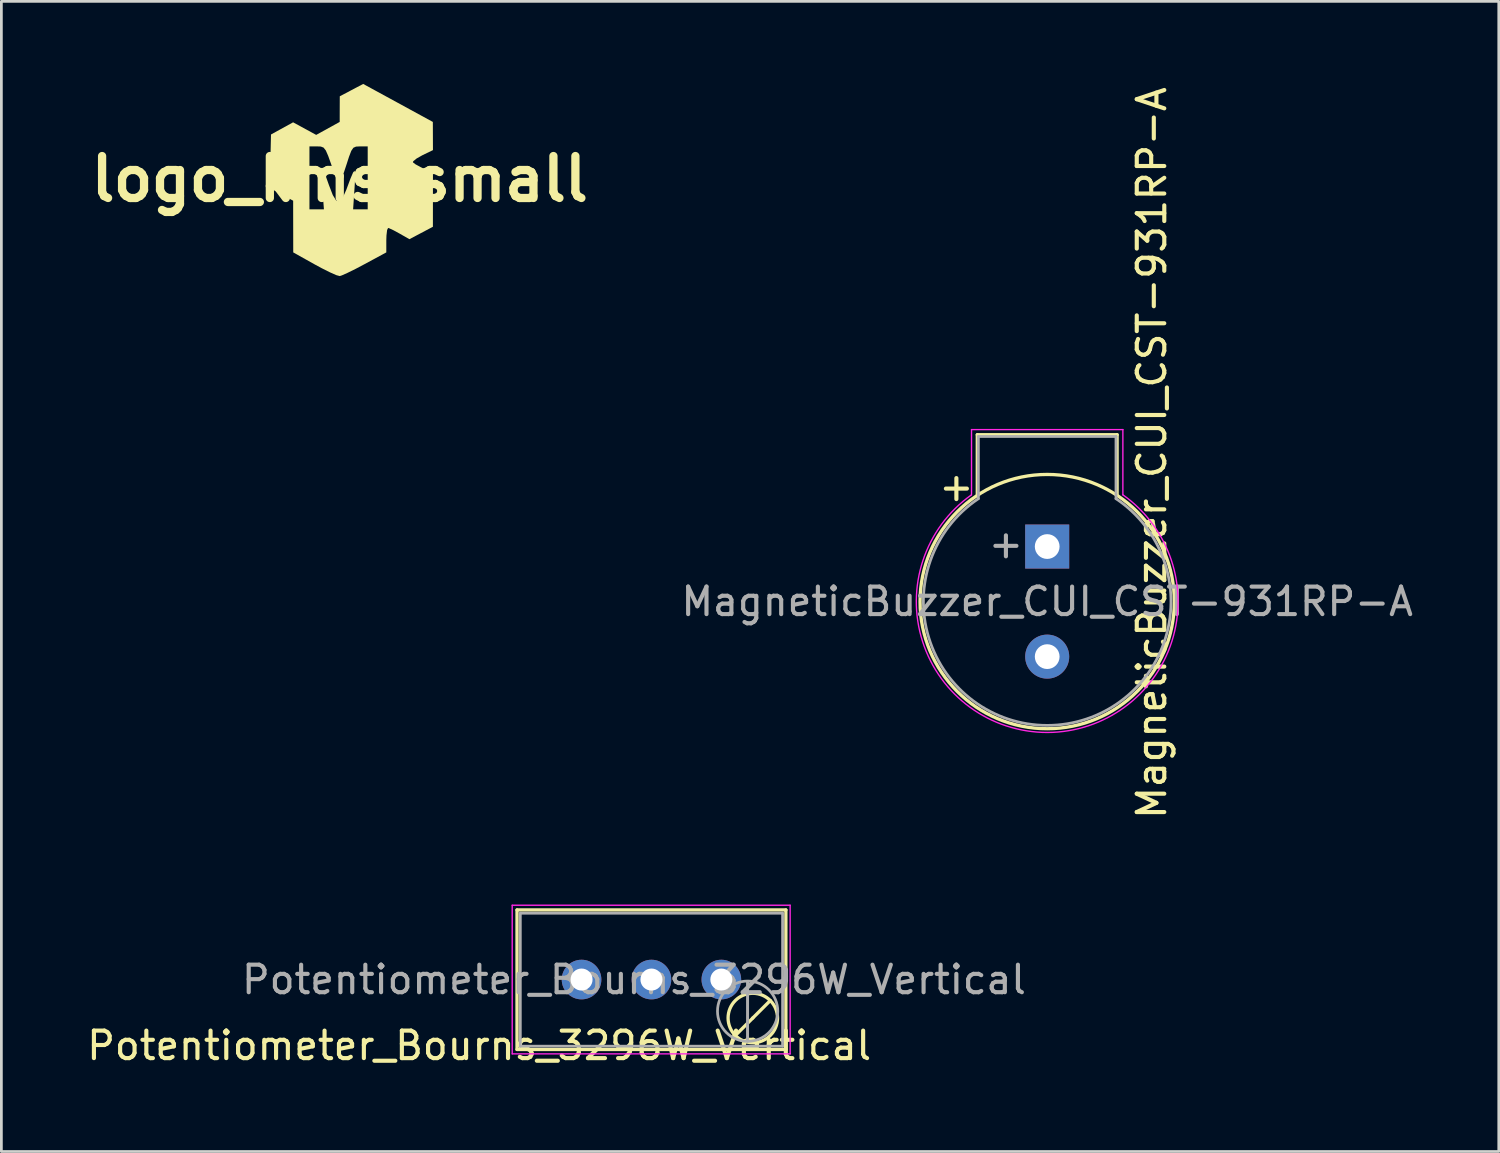
<source format=kicad_pcb>
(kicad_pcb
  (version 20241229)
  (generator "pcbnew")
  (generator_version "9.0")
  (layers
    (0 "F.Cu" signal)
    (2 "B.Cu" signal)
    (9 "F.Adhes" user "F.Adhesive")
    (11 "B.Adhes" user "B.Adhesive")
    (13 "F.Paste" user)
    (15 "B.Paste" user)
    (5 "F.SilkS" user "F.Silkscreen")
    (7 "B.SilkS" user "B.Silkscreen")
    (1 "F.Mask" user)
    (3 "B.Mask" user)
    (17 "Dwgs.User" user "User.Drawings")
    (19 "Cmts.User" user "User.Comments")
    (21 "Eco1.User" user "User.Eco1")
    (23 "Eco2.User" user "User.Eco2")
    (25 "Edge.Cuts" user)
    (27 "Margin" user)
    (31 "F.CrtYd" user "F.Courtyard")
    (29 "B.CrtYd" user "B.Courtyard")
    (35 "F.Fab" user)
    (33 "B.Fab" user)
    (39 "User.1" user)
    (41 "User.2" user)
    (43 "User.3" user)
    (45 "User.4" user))
  (footprint "MagneticBuzzer_CUI_CST-931RP-A"
    (layer "F.Cu")
    (at 35.004 16.811)
    (property "Reference" "MagneticBuzzer_CUI_CST-931RP-A" (at 3.8 -3.4 270) (layer "F.SilkS") (effects (font (size 1 1) (thickness 0.15))))
    (attr through_hole)
    (fp_line (start -2.54 -4.064) (end 2.54 -4.064) (stroke (width 0.12) (type solid)) (layer "F.SilkS"))
    (fp_line (start -2.54 -1.905) (end -2.54 -4.064) (stroke (width 0.12) (type solid)) (layer "F.SilkS"))
    (fp_line (start 2.54 -4.064) (end 2.54 -1.905) (stroke (width 0.12) (type solid)) (layer "F.SilkS"))
    (fp_circle (center 0 2) (end 4.62 2) (stroke (width 0.12) (type solid)) (fill no) (layer "F.SilkS"))
    (fp_line (start -2.75 -4.25) (end 2.75 -4.25) (stroke (width 0.05) (type solid)) (layer "F.CrtYd"))
    (fp_line (start -2.75 -1.88) (end -2.75 -4.25) (stroke (width 0.05) (type solid)) (layer "F.CrtYd"))
    (fp_line (start 2.75 -4.25) (end 2.75 -1.88) (stroke (width 0.05) (type solid)) (layer "F.CrtYd"))
    (fp_arc (start 2.75 -1.88) (mid 0.006009 6.755719) (end -2.759797 -1.873038) (stroke (width 0.05) (type solid)) (layer "F.CrtYd"))
    (fp_line (start -2.5 -4) (end -2.5 -1.74) (stroke (width 0.1) (type solid)) (layer "F.Fab"))
    (fp_line (start -2.5 -4) (end 2.5 -4) (stroke (width 0.1) (type solid)) (layer "F.Fab"))
    (fp_line (start 2.5 -4) (end 2.5 -1.74) (stroke (width 0.1) (type solid)) (layer "F.Fab"))
    (fp_arc (start 2.5 -1.74) (mid 0.003084 6.498621) (end -2.505126 -1.736568) (stroke (width 0.1) (type solid)) (layer "F.Fab"))
    (fp_text user "+" (at -3.3 -2.18 0) (layer "F.SilkS") (effects (font (size 1 1) (thickness 0.15))))
    (fp_text user "+" (at -1.5 -0.1 0) (layer "F.Fab") (effects (font (size 1 1) (thickness 0.15))))
    (fp_text user "${REFERENCE}" (at 0 2 0) (layer "F.Fab") (effects (font (size 1 1) (thickness 0.15))))
    (pad "1" thru_hole rect (at 0 0) (size 1.6 1.6) (drill 0.9) (layers "*.Cu" "*.Mask"))
    (pad "2" thru_hole circle (at 0 4) (size 1.6 1.6) (drill 0.9) (layers "*.Cu" "*.Mask")))
  (footprint "logo_kms_small"
    (layer "F.Cu")
    (at 9.296 3.455)
    (property "Reference" "logo_kms_small" (at 0 0 0) (layer "F.SilkS") (effects (font (size 1.524 1.524) (thickness 0.3))))
    (attr board_only exclude_from_pos_files exclude_from_bom)
    (fp_poly (pts (xy 2.117 -2.765) (xy 3.383 -2.074) (xy 3.385 -1.562) (xy 3.387 -1.05) (xy 3.001 -0.863) (xy 2.791 -0.744) (xy 2.67 -0.645) (xy 2.659 -0.606) (xy 2.756 -0.532) (xy 2.952 -0.426) (xy 3.044 -0.383) (xy 3.387 -0.228) (xy 3.386 0.754) (xy 3.385 1.736) (xy 2.959 1.961) (xy 2.532 2.187) (xy 2.176 1.984) (xy 1.956 1.864) (xy 1.797 1.79) (xy 1.757 1.779) (xy 1.721 1.855) (xy 1.698 2.051) (xy 1.692 2.223) (xy 1.692 2.667) (xy 0.909 3.09) (xy 0.572 3.268) (xy 0.282 3.411) (xy 0.075 3.503) (xy 0 3.527) (xy -0.123 3.494) (xy -0.356 3.391) (xy -0.661 3.238) (xy -0.909 3.104) (xy -1.69 2.667) (xy -1.693 1.101) (xy -1.101 1.101) (xy -0.575 1.101) (xy -0.635 0.318) (xy -0.656 -0.015) (xy -0.663 -0.267) (xy -0.655 -0.402) (xy -0.643 -0.415) (xy -0.592 -0.315) (xy -0.506 -0.099) (xy -0.404 0.189) (xy -0.393 0.22) (xy -0.253 0.583) (xy -0.13 0.782) (xy -0.013 0.816) (xy 0.105 0.689) (xy 0.234 0.402) (xy 0.248 0.365) (xy 0.39 -0.016) (xy 0.485 -0.238) (xy 0.539 -0.301) (xy 0.56 -0.206) (xy 0.555 0.044) (xy 0.538 0.318) (xy 0.486 1.101) (xy 1.016 1.101) (xy 1.016 -1.185) (xy 0.735 -1.185) (xy 0.592 -1.178) (xy 0.495 -1.135) (xy 0.418 -1.022) (xy 0.336 -0.806) (xy 0.252 -0.545) (xy 0.151 -0.24) (xy 0.062 -0.003) (xy 0.001 0.122) (xy -0.007 0.132) (xy -0.06 0.074) (xy -0.148 -0.109) (xy -0.257 -0.384) (xy -0.302 -0.509) (xy -0.419 -0.837) (xy -0.506 -1.037) (xy -0.588 -1.141) (xy -0.688 -1.18) (xy -0.819 -1.185) (xy -1.101 -1.185) (xy -1.101 1.101) (xy -1.693 1.101) (xy -1.693 0.789) (xy -2.119 0.557) (xy -2.545 0.325) (xy -2.521 -0.647) (xy -2.498 -1.618) (xy -1.695 -2.06) (xy -0.856 -1.603) (xy -0.002 -2.074) (xy -0.001 -2.54) (xy 0.001 -3.006) (xy 0.426 -3.23) (xy 0.851 -3.455)) (stroke (width 0) (type solid)) (fill yes) (layer "F.SilkS")))
  (footprint "Potentiometer_Bourns_3296W_Vertical"
    (layer "F.Cu")
    (at 23.163 32.546)
    (property "Reference" "Potentiometer_Bourns_3296W_Vertical" (at -8.8 2.4 180) (layer "F.SilkS") (effects (font (size 1 1) (thickness 0.15))))
    (attr through_hole)
    (fp_line (start -7.425 -2.53) (end -7.425 2.54) (stroke (width 0.12) (type solid)) (layer "F.SilkS"))
    (fp_line (start -7.425 -2.53) (end 2.345 -2.53) (stroke (width 0.12) (type solid)) (layer "F.SilkS"))
    (fp_line (start -7.425 2.54) (end 2.345 2.54) (stroke (width 0.12) (type solid)) (layer "F.SilkS"))
    (fp_line (start 1.143 1.397) (end 0.508 2.032) (stroke (width 0.12) (type solid)) (layer "F.SilkS"))
    (fp_line (start 1.143 1.397) (end 1.778 0.762) (stroke (width 0.12) (type solid)) (layer "F.SilkS"))
    (fp_line (start 2.345 -2.53) (end 2.345 2.54) (stroke (width 0.12) (type solid)) (layer "F.SilkS"))
    (fp_circle (center 1.143 1.397) (end 1.778 2.032) (stroke (width 0.12) (type solid)) (fill no) (layer "F.SilkS"))
    (fp_line (start -7.6 -2.7) (end -7.6 2.7) (stroke (width 0.05) (type solid)) (layer "F.CrtYd"))
    (fp_line (start -7.6 2.7) (end 2.5 2.7) (stroke (width 0.05) (type solid)) (layer "F.CrtYd"))
    (fp_line (start 2.5 -2.7) (end -7.6 -2.7) (stroke (width 0.05) (type solid)) (layer "F.CrtYd"))
    (fp_line (start 2.5 2.7) (end 2.5 -2.7) (stroke (width 0.05) (type solid)) (layer "F.CrtYd"))
    (fp_line (start -7.305 -2.41) (end -7.305 2.42) (stroke (width 0.1) (type solid)) (layer "F.Fab"))
    (fp_line (start -7.305 2.42) (end 2.225 2.42) (stroke (width 0.1) (type solid)) (layer "F.Fab"))
    (fp_line (start 0.955 2.235) (end 0.956 0.066) (stroke (width 0.1) (type solid)) (layer "F.Fab"))
    (fp_line (start 0.955 2.235) (end 0.956 0.066) (stroke (width 0.1) (type solid)) (layer "F.Fab"))
    (fp_line (start 2.225 -2.41) (end -7.305 -2.41) (stroke (width 0.1) (type solid)) (layer "F.Fab"))
    (fp_line (start 2.225 2.42) (end 2.225 -2.41) (stroke (width 0.1) (type solid)) (layer "F.Fab"))
    (fp_circle (center 0.955 1.15) (end 2.05 1.15) (stroke (width 0.1) (type solid)) (fill no) (layer "F.Fab"))
    (fp_text user "${REFERENCE}" (at -3.175 0.005 180) (layer "F.Fab") (effects (font (size 1 1) (thickness 0.15))))
    (pad "1" thru_hole circle (at 0 0) (size 1.44 1.44) (drill 0.8) (layers "*.Cu" "*.Mask"))
    (pad "2" thru_hole circle (at -2.54 0) (size 1.44 1.44) (drill 0.8) (layers "*.Cu" "*.Mask"))
    (pad "3" thru_hole circle (at -5.08 0) (size 1.44 1.44) (drill 0.8) (layers "*.Cu" "*.Mask")))
  (gr_rect
    (start -3 -3)
    (end 51.414 38.795)
    (stroke (width 0.1) (type default))
    (fill no)
    (layer "Edge.Cuts")))
</source>
